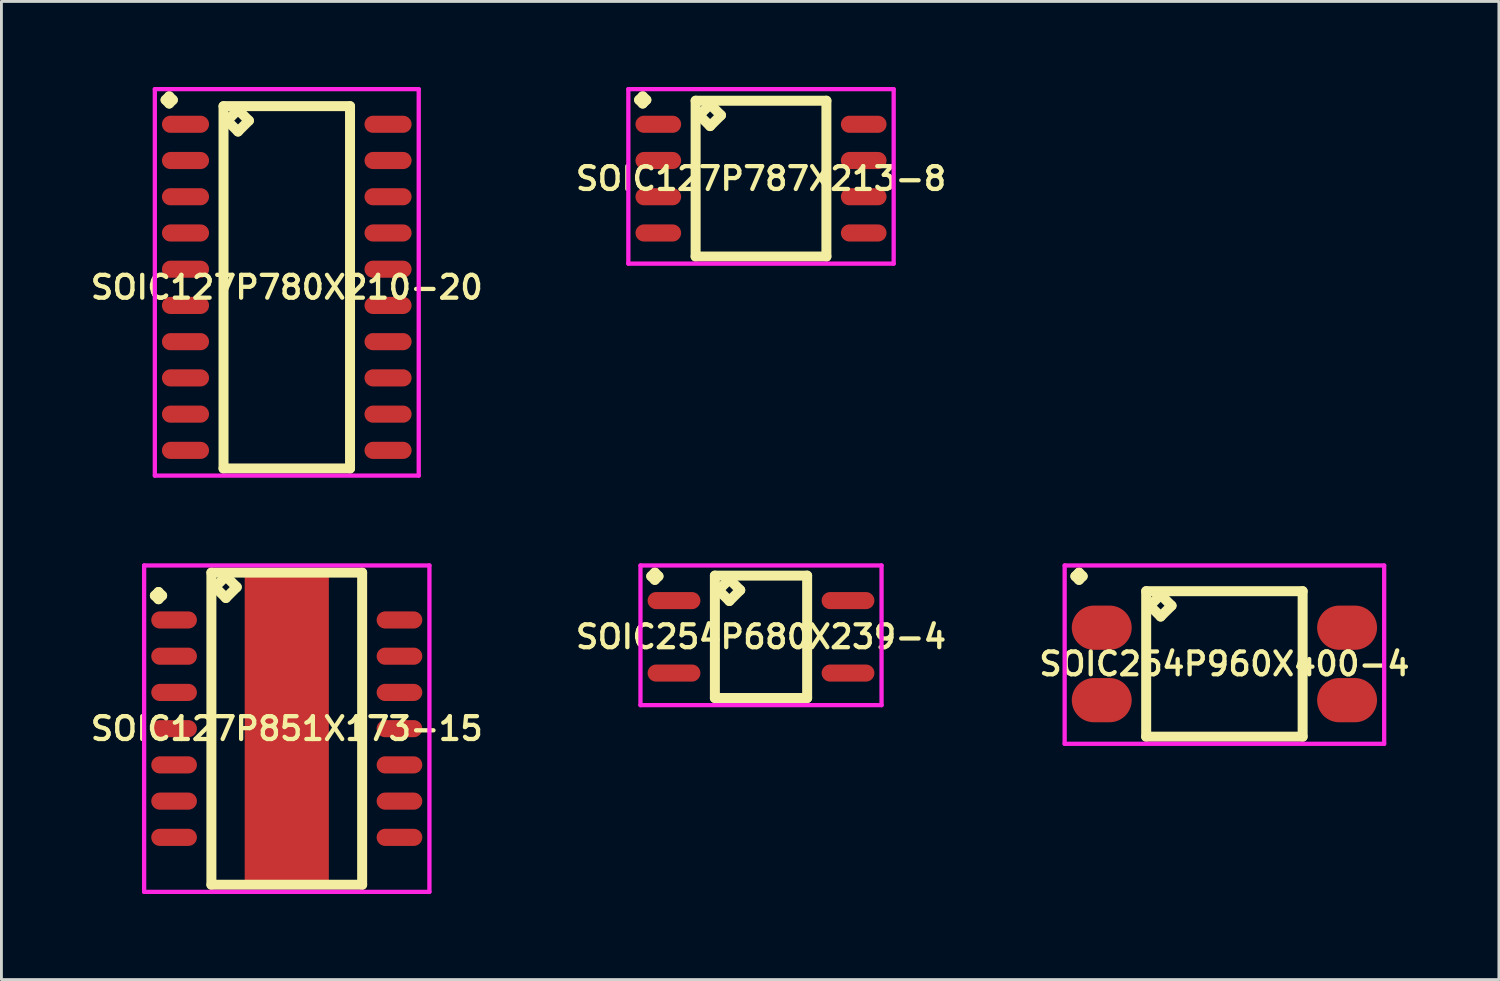
<source format=kicad_pcb>
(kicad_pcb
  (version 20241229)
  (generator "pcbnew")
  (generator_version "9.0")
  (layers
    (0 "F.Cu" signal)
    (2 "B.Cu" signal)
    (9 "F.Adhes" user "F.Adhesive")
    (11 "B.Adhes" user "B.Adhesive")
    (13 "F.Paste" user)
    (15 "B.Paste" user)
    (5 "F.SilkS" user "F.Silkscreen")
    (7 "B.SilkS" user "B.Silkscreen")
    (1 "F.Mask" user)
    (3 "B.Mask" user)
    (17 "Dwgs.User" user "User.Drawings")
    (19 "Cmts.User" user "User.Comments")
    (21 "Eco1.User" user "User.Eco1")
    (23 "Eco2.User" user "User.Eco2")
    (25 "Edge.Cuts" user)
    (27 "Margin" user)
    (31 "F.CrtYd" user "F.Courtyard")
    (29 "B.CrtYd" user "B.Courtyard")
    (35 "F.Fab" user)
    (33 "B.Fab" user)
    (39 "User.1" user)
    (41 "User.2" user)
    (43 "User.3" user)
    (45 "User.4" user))
  (footprint "SOIC254P680X239-4"
    (layer "F.Cu")
    (at 23.625 19.272)
    (property "Reference" "SOIC254P680X239-4" (at 0 0 0) (layer "F.SilkS") (effects (font (size 0.8 0.8) (thickness 0.15))))
    (attr smd)
    (fp_line (start -3.848 -2.124) (end -3.721 -2.251) (stroke (width 0.35) (type solid)) (layer "F.SilkS"))
    (fp_line (start -3.721 -2.251) (end -3.594 -2.124) (stroke (width 0.35) (type solid)) (layer "F.SilkS"))
    (fp_line (start -3.721 -1.997) (end -3.848 -2.124) (stroke (width 0.35) (type solid)) (layer "F.SilkS"))
    (fp_line (start -3.594 -2.124) (end -3.721 -1.997) (stroke (width 0.35) (type solid)) (layer "F.SilkS"))
    (fp_line (start -1.617 -2.145) (end -1.617 2.145) (stroke (width 0.35) (type solid)) (layer "F.SilkS"))
    (fp_line (start -1.617 2.145) (end 1.617 2.145) (stroke (width 0.35) (type solid)) (layer "F.SilkS"))
    (fp_line (start -1.49 -1.637) (end -1.109 -2.018) (stroke (width 0.35) (type solid)) (layer "F.SilkS"))
    (fp_line (start -1.109 -2.018) (end -0.728 -1.637) (stroke (width 0.35) (type solid)) (layer "F.SilkS"))
    (fp_line (start -1.109 -1.256) (end -1.49 -1.637) (stroke (width 0.35) (type solid)) (layer "F.SilkS"))
    (fp_line (start -0.728 -1.637) (end -1.109 -1.256) (stroke (width 0.35) (type solid)) (layer "F.SilkS"))
    (fp_line (start 1.617 -2.145) (end -1.617 -2.145) (stroke (width 0.35) (type solid)) (layer "F.SilkS"))
    (fp_line (start 1.617 2.145) (end 1.617 -2.145) (stroke (width 0.35) (type solid)) (layer "F.SilkS"))
    (fp_line (start -4.225 -2.501) (end 4.225 -2.501) (stroke (width 0.15) (type solid)) (layer "F.CrtYd"))
    (fp_line (start -4.225 2.395) (end -4.225 -2.501) (stroke (width 0.15) (type solid)) (layer "F.CrtYd"))
    (fp_line (start 4.225 -2.501) (end 4.225 2.395) (stroke (width 0.15) (type solid)) (layer "F.CrtYd"))
    (fp_line (start 4.225 2.395) (end -4.225 2.395) (stroke (width 0.15) (type solid)) (layer "F.CrtYd"))
    (pad "1" smd oval (at -3.05 -1.27) (size 1.85 0.6) (layers "F.Cu" "F.Mask" "F.Paste"))
    (pad "2" smd oval (at -3.05 1.27) (size 1.85 0.6) (layers "F.Cu" "F.Mask" "F.Paste"))
    (pad "3" smd oval (at 3.05 1.27) (size 1.85 0.6) (layers "F.Cu" "F.Mask" "F.Paste"))
    (pad "4" smd oval (at 3.05 -1.27) (size 1.85 0.6) (layers "F.Cu" "F.Mask" "F.Paste")))
  (footprint "SOIC127P851X173-15"
    (layer "F.Cu")
    (at 7.002 22.491)
    (property "Reference" "SOIC127P851X173-15" (at 0 0 0) (layer "F.SilkS") (effects (font (size 0.8 0.8) (thickness 0.15))))
    (attr smd)
    (fp_line (start -4.623 -4.664) (end -4.496 -4.791) (stroke (width 0.35) (type solid)) (layer "F.SilkS"))
    (fp_line (start -4.496 -4.791) (end -4.369 -4.664) (stroke (width 0.35) (type solid)) (layer "F.SilkS"))
    (fp_line (start -4.496 -4.537) (end -4.623 -4.664) (stroke (width 0.35) (type solid)) (layer "F.SilkS"))
    (fp_line (start -4.369 -4.664) (end -4.496 -4.537) (stroke (width 0.35) (type solid)) (layer "F.SilkS"))
    (fp_line (start -2.642 -5.47) (end -2.642 5.47) (stroke (width 0.35) (type solid)) (layer "F.SilkS"))
    (fp_line (start -2.642 5.47) (end 2.642 5.47) (stroke (width 0.35) (type solid)) (layer "F.SilkS"))
    (fp_line (start -2.515 -4.962) (end -2.134 -5.343) (stroke (width 0.35) (type solid)) (layer "F.SilkS"))
    (fp_line (start -2.134 -5.343) (end -1.753 -4.962) (stroke (width 0.35) (type solid)) (layer "F.SilkS"))
    (fp_line (start -2.134 -4.581) (end -2.515 -4.962) (stroke (width 0.35) (type solid)) (layer "F.SilkS"))
    (fp_line (start -1.753 -4.962) (end -2.134 -4.581) (stroke (width 0.35) (type solid)) (layer "F.SilkS"))
    (fp_line (start 2.642 -5.47) (end -2.642 -5.47) (stroke (width 0.35) (type solid)) (layer "F.SilkS"))
    (fp_line (start 2.642 5.47) (end 2.642 -5.47) (stroke (width 0.35) (type solid)) (layer "F.SilkS"))
    (fp_line (start -5 -5.72) (end 5 -5.72) (stroke (width 0.15) (type solid)) (layer "F.CrtYd"))
    (fp_line (start -5 5.72) (end -5 -5.72) (stroke (width 0.15) (type solid)) (layer "F.CrtYd"))
    (fp_line (start 5 -5.72) (end 5 5.72) (stroke (width 0.15) (type solid)) (layer "F.CrtYd"))
    (fp_line (start 5 5.72) (end -5 5.72) (stroke (width 0.15) (type solid)) (layer "F.CrtYd"))
    (pad "1" smd oval (at -3.95 -3.81) (size 1.6 0.6) (layers "F.Cu" "F.Mask" "F.Paste"))
    (pad "2" smd oval (at -3.95 -2.54) (size 1.6 0.6) (layers "F.Cu" "F.Mask" "F.Paste"))
    (pad "3" smd oval (at -3.95 -1.27) (size 1.6 0.6) (layers "F.Cu" "F.Mask" "F.Paste"))
    (pad "4" smd oval (at -3.95 0) (size 1.6 0.6) (layers "F.Cu" "F.Mask" "F.Paste"))
    (pad "5" smd oval (at -3.95 1.27) (size 1.6 0.6) (layers "F.Cu" "F.Mask" "F.Paste"))
    (pad "6" smd oval (at -3.95 2.54) (size 1.6 0.6) (layers "F.Cu" "F.Mask" "F.Paste"))
    (pad "7" smd oval (at -3.95 3.81) (size 1.6 0.6) (layers "F.Cu" "F.Mask" "F.Paste"))
    (pad "8" smd oval (at 3.95 3.81) (size 1.6 0.6) (layers "F.Cu" "F.Mask" "F.Paste"))
    (pad "9" smd oval (at 3.95 2.54) (size 1.6 0.6) (layers "F.Cu" "F.Mask" "F.Paste"))
    (pad "10" smd oval (at 3.95 1.27) (size 1.6 0.6) (layers "F.Cu" "F.Mask" "F.Paste"))
    (pad "11" smd oval (at 3.95 0) (size 1.6 0.6) (layers "F.Cu" "F.Mask" "F.Paste"))
    (pad "12" smd oval (at 3.95 -1.27) (size 1.6 0.6) (layers "F.Cu" "F.Mask" "F.Paste"))
    (pad "13" smd oval (at 3.95 -2.54) (size 1.6 0.6) (layers "F.Cu" "F.Mask" "F.Paste"))
    (pad "14" smd oval (at 3.95 -3.81) (size 1.6 0.6) (layers "F.Cu" "F.Mask" "F.Paste"))
    (pad "15" smd rect (at 0 0) (size 2.95 10.9) (layers "F.Cu" "F.Mask" "F.Paste")))
  (footprint "SOIC127P787X213-8"
    (layer "F.Cu")
    (at 23.625 3.211)
    (property "Reference" "SOIC127P787X213-8" (at 0 0 0) (layer "F.SilkS") (effects (font (size 0.8 0.8) (thickness 0.15))))
    (attr smd)
    (fp_line (start -4.273 -2.759) (end -4.146 -2.886) (stroke (width 0.35) (type solid)) (layer "F.SilkS"))
    (fp_line (start -4.146 -2.886) (end -4.019 -2.759) (stroke (width 0.35) (type solid)) (layer "F.SilkS"))
    (fp_line (start -4.146 -2.632) (end -4.273 -2.759) (stroke (width 0.35) (type solid)) (layer "F.SilkS"))
    (fp_line (start -4.019 -2.759) (end -4.146 -2.632) (stroke (width 0.35) (type solid)) (layer "F.SilkS"))
    (fp_line (start -2.292 -2.73) (end -2.292 2.73) (stroke (width 0.35) (type solid)) (layer "F.SilkS"))
    (fp_line (start -2.292 2.73) (end 2.292 2.73) (stroke (width 0.35) (type solid)) (layer "F.SilkS"))
    (fp_line (start -2.165 -2.222) (end -1.784 -2.603) (stroke (width 0.35) (type solid)) (layer "F.SilkS"))
    (fp_line (start -1.784 -2.603) (end -1.403 -2.222) (stroke (width 0.35) (type solid)) (layer "F.SilkS"))
    (fp_line (start -1.784 -1.841) (end -2.165 -2.222) (stroke (width 0.35) (type solid)) (layer "F.SilkS"))
    (fp_line (start -1.403 -2.222) (end -1.784 -1.841) (stroke (width 0.35) (type solid)) (layer "F.SilkS"))
    (fp_line (start 2.292 -2.73) (end -2.292 -2.73) (stroke (width 0.35) (type solid)) (layer "F.SilkS"))
    (fp_line (start 2.292 2.73) (end 2.292 -2.73) (stroke (width 0.35) (type solid)) (layer "F.SilkS"))
    (fp_line (start -4.65 -3.136) (end 4.65 -3.136) (stroke (width 0.15) (type solid)) (layer "F.CrtYd"))
    (fp_line (start -4.65 2.98) (end -4.65 -3.136) (stroke (width 0.15) (type solid)) (layer "F.CrtYd"))
    (fp_line (start 4.65 -3.136) (end 4.65 2.98) (stroke (width 0.15) (type solid)) (layer "F.CrtYd"))
    (fp_line (start 4.65 2.98) (end -4.65 2.98) (stroke (width 0.15) (type solid)) (layer "F.CrtYd"))
    (pad "1" smd oval (at -3.6 -1.905) (size 1.6 0.6) (layers "F.Cu" "F.Mask" "F.Paste"))
    (pad "2" smd oval (at -3.6 -0.635) (size 1.6 0.6) (layers "F.Cu" "F.Mask" "F.Paste"))
    (pad "3" smd oval (at -3.6 0.635) (size 1.6 0.6) (layers "F.Cu" "F.Mask" "F.Paste"))
    (pad "4" smd oval (at -3.6 1.905) (size 1.6 0.6) (layers "F.Cu" "F.Mask" "F.Paste"))
    (pad "5" smd oval (at 3.6 1.905) (size 1.6 0.6) (layers "F.Cu" "F.Mask" "F.Paste"))
    (pad "6" smd oval (at 3.6 0.635) (size 1.6 0.6) (layers "F.Cu" "F.Mask" "F.Paste"))
    (pad "7" smd oval (at 3.6 -0.635) (size 1.6 0.6) (layers "F.Cu" "F.Mask" "F.Paste"))
    (pad "8" smd oval (at 3.6 -1.905) (size 1.6 0.6) (layers "F.Cu" "F.Mask" "F.Paste")))
  (footprint "SOIC127P780X210-20"
    (layer "F.Cu")
    (at 7.002 7.021)
    (property "Reference" "SOIC127P780X210-20" (at 0 0 0) (layer "F.SilkS") (effects (font (size 0.8 0.8) (thickness 0.15))))
    (attr smd)
    (fp_line (start -4.248 -6.569) (end -4.121 -6.696) (stroke (width 0.35) (type solid)) (layer "F.SilkS"))
    (fp_line (start -4.121 -6.696) (end -3.994 -6.569) (stroke (width 0.35) (type solid)) (layer "F.SilkS"))
    (fp_line (start -4.121 -6.442) (end -4.248 -6.569) (stroke (width 0.35) (type solid)) (layer "F.SilkS"))
    (fp_line (start -3.994 -6.569) (end -4.121 -6.442) (stroke (width 0.35) (type solid)) (layer "F.SilkS"))
    (fp_line (start -2.217 -6.35) (end -2.217 6.35) (stroke (width 0.35) (type solid)) (layer "F.SilkS"))
    (fp_line (start -2.217 6.35) (end 2.217 6.35) (stroke (width 0.35) (type solid)) (layer "F.SilkS"))
    (fp_line (start -2.09 -5.842) (end -1.709 -6.223) (stroke (width 0.35) (type solid)) (layer "F.SilkS"))
    (fp_line (start -1.709 -6.223) (end -1.328 -5.842) (stroke (width 0.35) (type solid)) (layer "F.SilkS"))
    (fp_line (start -1.709 -5.461) (end -2.09 -5.842) (stroke (width 0.35) (type solid)) (layer "F.SilkS"))
    (fp_line (start -1.328 -5.842) (end -1.709 -5.461) (stroke (width 0.35) (type solid)) (layer "F.SilkS"))
    (fp_line (start 2.217 -6.35) (end -2.217 -6.35) (stroke (width 0.35) (type solid)) (layer "F.SilkS"))
    (fp_line (start 2.217 6.35) (end 2.217 -6.35) (stroke (width 0.35) (type solid)) (layer "F.SilkS"))
    (fp_line (start -4.625 -6.946) (end 4.625 -6.946) (stroke (width 0.15) (type solid)) (layer "F.CrtYd"))
    (fp_line (start -4.625 6.6) (end -4.625 -6.946) (stroke (width 0.15) (type solid)) (layer "F.CrtYd"))
    (fp_line (start 4.625 -6.946) (end 4.625 6.6) (stroke (width 0.15) (type solid)) (layer "F.CrtYd"))
    (fp_line (start 4.625 6.6) (end -4.625 6.6) (stroke (width 0.15) (type solid)) (layer "F.CrtYd"))
    (pad "1" smd oval (at -3.55 -5.715) (size 1.65 0.6) (layers "F.Cu" "F.Mask" "F.Paste"))
    (pad "2" smd oval (at -3.55 -4.445) (size 1.65 0.6) (layers "F.Cu" "F.Mask" "F.Paste"))
    (pad "3" smd oval (at -3.55 -3.175) (size 1.65 0.6) (layers "F.Cu" "F.Mask" "F.Paste"))
    (pad "4" smd oval (at -3.55 -1.905) (size 1.65 0.6) (layers "F.Cu" "F.Mask" "F.Paste"))
    (pad "5" smd oval (at -3.55 -0.635) (size 1.65 0.6) (layers "F.Cu" "F.Mask" "F.Paste"))
    (pad "6" smd oval (at -3.55 0.635) (size 1.65 0.6) (layers "F.Cu" "F.Mask" "F.Paste"))
    (pad "7" smd oval (at -3.55 1.905) (size 1.65 0.6) (layers "F.Cu" "F.Mask" "F.Paste"))
    (pad "8" smd oval (at -3.55 3.175) (size 1.65 0.6) (layers "F.Cu" "F.Mask" "F.Paste"))
    (pad "9" smd oval (at -3.55 4.445) (size 1.65 0.6) (layers "F.Cu" "F.Mask" "F.Paste"))
    (pad "10" smd oval (at -3.55 5.715) (size 1.65 0.6) (layers "F.Cu" "F.Mask" "F.Paste"))
    (pad "11" smd oval (at 3.55 5.715) (size 1.65 0.6) (layers "F.Cu" "F.Mask" "F.Paste"))
    (pad "12" smd oval (at 3.55 4.445) (size 1.65 0.6) (layers "F.Cu" "F.Mask" "F.Paste"))
    (pad "13" smd oval (at 3.55 3.175) (size 1.65 0.6) (layers "F.Cu" "F.Mask" "F.Paste"))
    (pad "14" smd oval (at 3.55 1.905) (size 1.65 0.6) (layers "F.Cu" "F.Mask" "F.Paste"))
    (pad "15" smd oval (at 3.55 0.635) (size 1.65 0.6) (layers "F.Cu" "F.Mask" "F.Paste"))
    (pad "16" smd oval (at 3.55 -0.635) (size 1.65 0.6) (layers "F.Cu" "F.Mask" "F.Paste"))
    (pad "17" smd oval (at 3.55 -1.905) (size 1.65 0.6) (layers "F.Cu" "F.Mask" "F.Paste"))
    (pad "18" smd oval (at 3.55 -3.175) (size 1.65 0.6) (layers "F.Cu" "F.Mask" "F.Paste"))
    (pad "19" smd oval (at 3.55 -4.445) (size 1.65 0.6) (layers "F.Cu" "F.Mask" "F.Paste"))
    (pad "20" smd oval (at 3.55 -5.715) (size 1.65 0.6) (layers "F.Cu" "F.Mask" "F.Paste")))
  (footprint "SOIC254P960X400-4"
    (layer "F.Cu")
    (at 39.868 20.222)
    (property "Reference" "SOIC254P960X400-4" (at 0 0 0) (layer "F.SilkS") (effects (font (size 0.8 0.8) (thickness 0.15))))
    (attr smd)
    (fp_line (start -5.223 -3.074) (end -5.096 -3.201) (stroke (width 0.35) (type solid)) (layer "F.SilkS"))
    (fp_line (start -5.096 -3.201) (end -4.969 -3.074) (stroke (width 0.35) (type solid)) (layer "F.SilkS"))
    (fp_line (start -5.096 -2.947) (end -5.223 -3.074) (stroke (width 0.35) (type solid)) (layer "F.SilkS"))
    (fp_line (start -4.969 -3.074) (end -5.096 -2.947) (stroke (width 0.35) (type solid)) (layer "F.SilkS"))
    (fp_line (start -2.742 -2.55) (end -2.742 2.55) (stroke (width 0.35) (type solid)) (layer "F.SilkS"))
    (fp_line (start -2.742 2.55) (end 2.742 2.55) (stroke (width 0.35) (type solid)) (layer "F.SilkS"))
    (fp_line (start -2.615 -2.042) (end -2.234 -2.423) (stroke (width 0.35) (type solid)) (layer "F.SilkS"))
    (fp_line (start -2.234 -2.423) (end -1.853 -2.042) (stroke (width 0.35) (type solid)) (layer "F.SilkS"))
    (fp_line (start -2.234 -1.661) (end -2.615 -2.042) (stroke (width 0.35) (type solid)) (layer "F.SilkS"))
    (fp_line (start -1.853 -2.042) (end -2.234 -1.661) (stroke (width 0.35) (type solid)) (layer "F.SilkS"))
    (fp_line (start 2.742 -2.55) (end -2.742 -2.55) (stroke (width 0.35) (type solid)) (layer "F.SilkS"))
    (fp_line (start 2.742 2.55) (end 2.742 -2.55) (stroke (width 0.35) (type solid)) (layer "F.SilkS"))
    (fp_line (start -5.6 -3.451) (end 5.6 -3.451) (stroke (width 0.15) (type solid)) (layer "F.CrtYd"))
    (fp_line (start -5.6 2.8) (end -5.6 -3.451) (stroke (width 0.15) (type solid)) (layer "F.CrtYd"))
    (fp_line (start 5.6 -3.451) (end 5.6 2.8) (stroke (width 0.15) (type solid)) (layer "F.CrtYd"))
    (fp_line (start 5.6 2.8) (end -5.6 2.8) (stroke (width 0.15) (type solid)) (layer "F.CrtYd"))
    (pad "1" smd oval (at -4.3 -1.27) (size 2.1 1.55) (layers "F.Cu" "F.Mask" "F.Paste"))
    (pad "2" smd oval (at -4.3 1.27) (size 2.1 1.55) (layers "F.Cu" "F.Mask" "F.Paste"))
    (pad "3" smd oval (at 4.3 1.27) (size 2.1 1.55) (layers "F.Cu" "F.Mask" "F.Paste"))
    (pad "4" smd oval (at 4.3 -1.27) (size 2.1 1.55) (layers "F.Cu" "F.Mask" "F.Paste")))
  (gr_rect
    (start -3 -3)
    (end 49.489 31.286)
    (stroke (width 0.1) (type default))
    (fill no)
    (layer "Edge.Cuts")))
</source>
